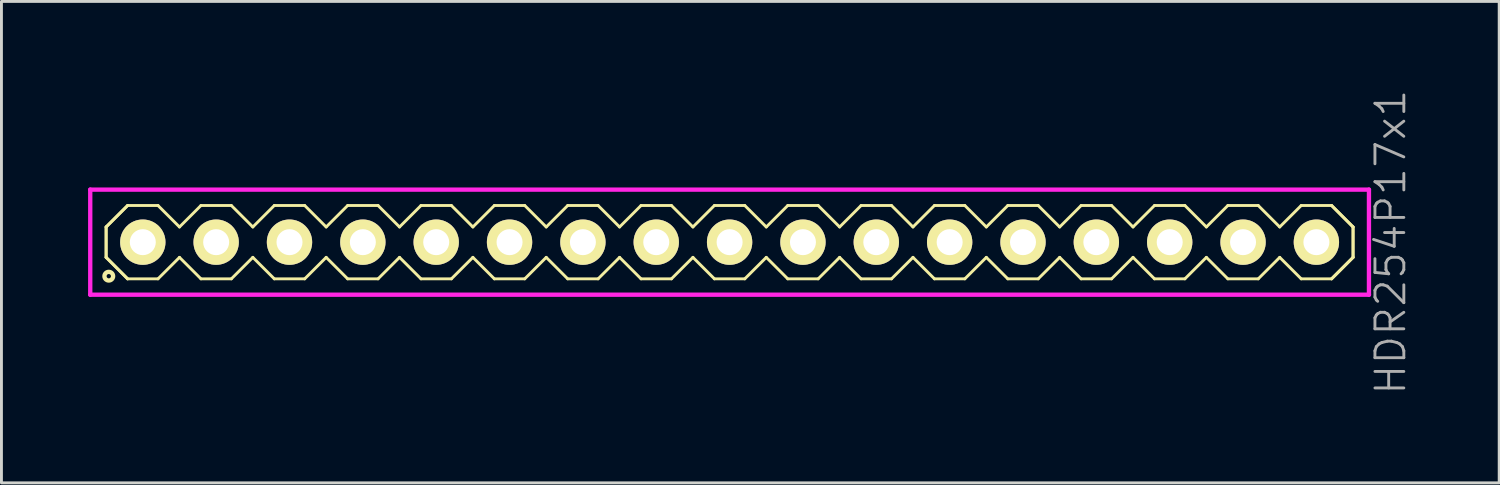
<source format=kicad_pcb>
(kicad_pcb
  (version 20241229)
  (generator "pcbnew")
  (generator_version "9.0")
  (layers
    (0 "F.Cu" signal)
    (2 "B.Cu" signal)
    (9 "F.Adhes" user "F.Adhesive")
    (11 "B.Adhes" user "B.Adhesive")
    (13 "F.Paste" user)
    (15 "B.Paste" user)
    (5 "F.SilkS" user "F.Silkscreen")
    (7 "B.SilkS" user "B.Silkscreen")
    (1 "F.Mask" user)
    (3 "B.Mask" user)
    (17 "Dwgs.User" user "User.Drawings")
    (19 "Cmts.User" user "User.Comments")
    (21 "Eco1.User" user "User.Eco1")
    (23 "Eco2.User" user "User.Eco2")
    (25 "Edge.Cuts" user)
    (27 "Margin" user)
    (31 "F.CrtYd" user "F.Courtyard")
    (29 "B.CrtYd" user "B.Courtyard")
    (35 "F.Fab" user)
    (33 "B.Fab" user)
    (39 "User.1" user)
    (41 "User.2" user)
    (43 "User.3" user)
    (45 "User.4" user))
  (footprint "HDR254P17x1"
    (layer "F.Cu")
    (at 22.215 5.336)
    (property "Reference" "HDR254P17x1" (at 22.89 0 90) (layer "F.Fab") (effects (font (size 1 1) (thickness 0.1))))
    (attr through_hole)
    (fp_line (start -21.59 -0.526) (end -20.846 -1.27) (stroke (width 0.1) (type solid)) (layer "F.SilkS"))
    (fp_line (start -21.59 -0.526) (end -20.846 -1.27) (stroke (width 0.1) (type solid)) (layer "F.SilkS"))
    (fp_line (start -21.59 0.526) (end -21.59 -0.526) (stroke (width 0.1) (type solid)) (layer "F.SilkS"))
    (fp_line (start -21.59 0.526) (end -21.59 -0.526) (stroke (width 0.1) (type solid)) (layer "F.SilkS"))
    (fp_line (start -20.846 -1.27) (end -19.794 -1.27) (stroke (width 0.1) (type solid)) (layer "F.SilkS"))
    (fp_line (start -20.846 1.27) (end -21.59 0.526) (stroke (width 0.1) (type solid)) (layer "F.SilkS"))
    (fp_line (start -20.846 1.27) (end -21.59 0.526) (stroke (width 0.1) (type solid)) (layer "F.SilkS"))
    (fp_line (start -19.794 -1.27) (end -19.05 -0.526) (stroke (width 0.1) (type solid)) (layer "F.SilkS"))
    (fp_line (start -19.794 1.27) (end -20.846 1.27) (stroke (width 0.1) (type solid)) (layer "F.SilkS"))
    (fp_line (start -19.05 -0.526) (end -18.306 -1.27) (stroke (width 0.1) (type solid)) (layer "F.SilkS"))
    (fp_line (start -19.05 0.526) (end -19.794 1.27) (stroke (width 0.1) (type solid)) (layer "F.SilkS"))
    (fp_line (start -18.306 -1.27) (end -17.254 -1.27) (stroke (width 0.1) (type solid)) (layer "F.SilkS"))
    (fp_line (start -18.306 1.27) (end -19.05 0.526) (stroke (width 0.1) (type solid)) (layer "F.SilkS"))
    (fp_line (start -17.254 -1.27) (end -16.51 -0.526) (stroke (width 0.1) (type solid)) (layer "F.SilkS"))
    (fp_line (start -17.254 1.27) (end -18.306 1.27) (stroke (width 0.1) (type solid)) (layer "F.SilkS"))
    (fp_line (start -16.51 -0.526) (end -15.766 -1.27) (stroke (width 0.1) (type solid)) (layer "F.SilkS"))
    (fp_line (start -16.51 0.526) (end -17.254 1.27) (stroke (width 0.1) (type solid)) (layer "F.SilkS"))
    (fp_line (start -15.766 -1.27) (end -14.714 -1.27) (stroke (width 0.1) (type solid)) (layer "F.SilkS"))
    (fp_line (start -15.766 1.27) (end -16.51 0.526) (stroke (width 0.1) (type solid)) (layer "F.SilkS"))
    (fp_line (start -14.714 -1.27) (end -13.97 -0.526) (stroke (width 0.1) (type solid)) (layer "F.SilkS"))
    (fp_line (start -14.714 1.27) (end -15.766 1.27) (stroke (width 0.1) (type solid)) (layer "F.SilkS"))
    (fp_line (start -13.97 -0.526) (end -13.226 -1.27) (stroke (width 0.1) (type solid)) (layer "F.SilkS"))
    (fp_line (start -13.97 0.526) (end -14.714 1.27) (stroke (width 0.1) (type solid)) (layer "F.SilkS"))
    (fp_line (start -13.226 -1.27) (end -12.174 -1.27) (stroke (width 0.1) (type solid)) (layer "F.SilkS"))
    (fp_line (start -13.226 1.27) (end -13.97 0.526) (stroke (width 0.1) (type solid)) (layer "F.SilkS"))
    (fp_line (start -12.174 -1.27) (end -11.43 -0.526) (stroke (width 0.1) (type solid)) (layer "F.SilkS"))
    (fp_line (start -12.174 1.27) (end -13.226 1.27) (stroke (width 0.1) (type solid)) (layer "F.SilkS"))
    (fp_line (start -11.43 -0.526) (end -10.686 -1.27) (stroke (width 0.1) (type solid)) (layer "F.SilkS"))
    (fp_line (start -11.43 0.526) (end -12.174 1.27) (stroke (width 0.1) (type solid)) (layer "F.SilkS"))
    (fp_line (start -10.686 -1.27) (end -9.634 -1.27) (stroke (width 0.1) (type solid)) (layer "F.SilkS"))
    (fp_line (start -10.686 1.27) (end -11.43 0.526) (stroke (width 0.1) (type solid)) (layer "F.SilkS"))
    (fp_line (start -9.634 -1.27) (end -8.89 -0.526) (stroke (width 0.1) (type solid)) (layer "F.SilkS"))
    (fp_line (start -9.634 1.27) (end -10.686 1.27) (stroke (width 0.1) (type solid)) (layer "F.SilkS"))
    (fp_line (start -8.89 -0.526) (end -8.146 -1.27) (stroke (width 0.1) (type solid)) (layer "F.SilkS"))
    (fp_line (start -8.89 0.526) (end -9.634 1.27) (stroke (width 0.1) (type solid)) (layer "F.SilkS"))
    (fp_line (start -8.146 -1.27) (end -7.094 -1.27) (stroke (width 0.1) (type solid)) (layer "F.SilkS"))
    (fp_line (start -8.146 1.27) (end -8.89 0.526) (stroke (width 0.1) (type solid)) (layer "F.SilkS"))
    (fp_line (start -7.094 -1.27) (end -6.35 -0.526) (stroke (width 0.1) (type solid)) (layer "F.SilkS"))
    (fp_line (start -7.094 1.27) (end -8.146 1.27) (stroke (width 0.1) (type solid)) (layer "F.SilkS"))
    (fp_line (start -6.35 -0.526) (end -5.606 -1.27) (stroke (width 0.1) (type solid)) (layer "F.SilkS"))
    (fp_line (start -6.35 0.526) (end -7.094 1.27) (stroke (width 0.1) (type solid)) (layer "F.SilkS"))
    (fp_line (start -5.606 -1.27) (end -4.554 -1.27) (stroke (width 0.1) (type solid)) (layer "F.SilkS"))
    (fp_line (start -5.606 1.27) (end -6.35 0.526) (stroke (width 0.1) (type solid)) (layer "F.SilkS"))
    (fp_line (start -4.554 -1.27) (end -3.81 -0.526) (stroke (width 0.1) (type solid)) (layer "F.SilkS"))
    (fp_line (start -4.554 1.27) (end -5.606 1.27) (stroke (width 0.1) (type solid)) (layer "F.SilkS"))
    (fp_line (start -3.81 -0.526) (end -3.066 -1.27) (stroke (width 0.1) (type solid)) (layer "F.SilkS"))
    (fp_line (start -3.81 0.526) (end -4.554 1.27) (stroke (width 0.1) (type solid)) (layer "F.SilkS"))
    (fp_line (start -3.066 -1.27) (end -2.014 -1.27) (stroke (width 0.1) (type solid)) (layer "F.SilkS"))
    (fp_line (start -3.066 1.27) (end -3.81 0.526) (stroke (width 0.1) (type solid)) (layer "F.SilkS"))
    (fp_line (start -2.014 -1.27) (end -1.27 -0.526) (stroke (width 0.1) (type solid)) (layer "F.SilkS"))
    (fp_line (start -2.014 1.27) (end -3.066 1.27) (stroke (width 0.1) (type solid)) (layer "F.SilkS"))
    (fp_line (start -1.27 -0.526) (end -0.526 -1.27) (stroke (width 0.1) (type solid)) (layer "F.SilkS"))
    (fp_line (start -1.27 0.526) (end -2.014 1.27) (stroke (width 0.1) (type solid)) (layer "F.SilkS"))
    (fp_line (start -0.526 -1.27) (end 0.526 -1.27) (stroke (width 0.1) (type solid)) (layer "F.SilkS"))
    (fp_line (start -0.526 1.27) (end -1.27 0.526) (stroke (width 0.1) (type solid)) (layer "F.SilkS"))
    (fp_line (start 0.526 -1.27) (end 1.27 -0.526) (stroke (width 0.1) (type solid)) (layer "F.SilkS"))
    (fp_line (start 0.526 1.27) (end -0.526 1.27) (stroke (width 0.1) (type solid)) (layer "F.SilkS"))
    (fp_line (start 1.27 -0.526) (end 2.014 -1.27) (stroke (width 0.1) (type solid)) (layer "F.SilkS"))
    (fp_line (start 1.27 0.526) (end 0.526 1.27) (stroke (width 0.1) (type solid)) (layer "F.SilkS"))
    (fp_line (start 2.014 -1.27) (end 3.066 -1.27) (stroke (width 0.1) (type solid)) (layer "F.SilkS"))
    (fp_line (start 2.014 1.27) (end 1.27 0.526) (stroke (width 0.1) (type solid)) (layer "F.SilkS"))
    (fp_line (start 3.066 -1.27) (end 3.81 -0.526) (stroke (width 0.1) (type solid)) (layer "F.SilkS"))
    (fp_line (start 3.066 1.27) (end 2.014 1.27) (stroke (width 0.1) (type solid)) (layer "F.SilkS"))
    (fp_line (start 3.81 -0.526) (end 4.554 -1.27) (stroke (width 0.1) (type solid)) (layer "F.SilkS"))
    (fp_line (start 3.81 0.526) (end 3.066 1.27) (stroke (width 0.1) (type solid)) (layer "F.SilkS"))
    (fp_line (start 4.554 -1.27) (end 5.606 -1.27) (stroke (width 0.1) (type solid)) (layer "F.SilkS"))
    (fp_line (start 4.554 1.27) (end 3.81 0.526) (stroke (width 0.1) (type solid)) (layer "F.SilkS"))
    (fp_line (start 5.606 -1.27) (end 6.35 -0.526) (stroke (width 0.1) (type solid)) (layer "F.SilkS"))
    (fp_line (start 5.606 1.27) (end 4.554 1.27) (stroke (width 0.1) (type solid)) (layer "F.SilkS"))
    (fp_line (start 6.35 -0.526) (end 7.094 -1.27) (stroke (width 0.1) (type solid)) (layer "F.SilkS"))
    (fp_line (start 6.35 0.526) (end 5.606 1.27) (stroke (width 0.1) (type solid)) (layer "F.SilkS"))
    (fp_line (start 7.094 -1.27) (end 8.146 -1.27) (stroke (width 0.1) (type solid)) (layer "F.SilkS"))
    (fp_line (start 7.094 1.27) (end 6.35 0.526) (stroke (width 0.1) (type solid)) (layer "F.SilkS"))
    (fp_line (start 8.146 -1.27) (end 8.89 -0.526) (stroke (width 0.1) (type solid)) (layer "F.SilkS"))
    (fp_line (start 8.146 1.27) (end 7.094 1.27) (stroke (width 0.1) (type solid)) (layer "F.SilkS"))
    (fp_line (start 8.89 -0.526) (end 9.634 -1.27) (stroke (width 0.1) (type solid)) (layer "F.SilkS"))
    (fp_line (start 8.89 0.526) (end 8.146 1.27) (stroke (width 0.1) (type solid)) (layer "F.SilkS"))
    (fp_line (start 9.634 -1.27) (end 10.686 -1.27) (stroke (width 0.1) (type solid)) (layer "F.SilkS"))
    (fp_line (start 9.634 1.27) (end 8.89 0.526) (stroke (width 0.1) (type solid)) (layer "F.SilkS"))
    (fp_line (start 10.686 -1.27) (end 11.43 -0.526) (stroke (width 0.1) (type solid)) (layer "F.SilkS"))
    (fp_line (start 10.686 1.27) (end 9.634 1.27) (stroke (width 0.1) (type solid)) (layer "F.SilkS"))
    (fp_line (start 11.43 -0.526) (end 12.174 -1.27) (stroke (width 0.1) (type solid)) (layer "F.SilkS"))
    (fp_line (start 11.43 0.526) (end 10.686 1.27) (stroke (width 0.1) (type solid)) (layer "F.SilkS"))
    (fp_line (start 12.174 -1.27) (end 13.226 -1.27) (stroke (width 0.1) (type solid)) (layer "F.SilkS"))
    (fp_line (start 12.174 1.27) (end 11.43 0.526) (stroke (width 0.1) (type solid)) (layer "F.SilkS"))
    (fp_line (start 13.226 -1.27) (end 13.97 -0.526) (stroke (width 0.1) (type solid)) (layer "F.SilkS"))
    (fp_line (start 13.226 1.27) (end 12.174 1.27) (stroke (width 0.1) (type solid)) (layer "F.SilkS"))
    (fp_line (start 13.97 -0.526) (end 14.714 -1.27) (stroke (width 0.1) (type solid)) (layer "F.SilkS"))
    (fp_line (start 13.97 0.526) (end 13.226 1.27) (stroke (width 0.1) (type solid)) (layer "F.SilkS"))
    (fp_line (start 14.714 -1.27) (end 15.766 -1.27) (stroke (width 0.1) (type solid)) (layer "F.SilkS"))
    (fp_line (start 14.714 1.27) (end 13.97 0.526) (stroke (width 0.1) (type solid)) (layer "F.SilkS"))
    (fp_line (start 15.766 -1.27) (end 16.51 -0.526) (stroke (width 0.1) (type solid)) (layer "F.SilkS"))
    (fp_line (start 15.766 1.27) (end 14.714 1.27) (stroke (width 0.1) (type solid)) (layer "F.SilkS"))
    (fp_line (start 16.51 -0.526) (end 17.254 -1.27) (stroke (width 0.1) (type solid)) (layer "F.SilkS"))
    (fp_line (start 16.51 0.526) (end 15.766 1.27) (stroke (width 0.1) (type solid)) (layer "F.SilkS"))
    (fp_line (start 17.254 -1.27) (end 18.306 -1.27) (stroke (width 0.1) (type solid)) (layer "F.SilkS"))
    (fp_line (start 17.254 1.27) (end 16.51 0.526) (stroke (width 0.1) (type solid)) (layer "F.SilkS"))
    (fp_line (start 18.306 -1.27) (end 19.05 -0.526) (stroke (width 0.1) (type solid)) (layer "F.SilkS"))
    (fp_line (start 18.306 1.27) (end 17.254 1.27) (stroke (width 0.1) (type solid)) (layer "F.SilkS"))
    (fp_line (start 19.05 -0.526) (end 19.794 -1.27) (stroke (width 0.1) (type solid)) (layer "F.SilkS"))
    (fp_line (start 19.05 0.526) (end 18.306 1.27) (stroke (width 0.1) (type solid)) (layer "F.SilkS"))
    (fp_line (start 19.794 -1.27) (end 20.846 -1.27) (stroke (width 0.1) (type solid)) (layer "F.SilkS"))
    (fp_line (start 19.794 1.27) (end 19.05 0.526) (stroke (width 0.1) (type solid)) (layer "F.SilkS"))
    (fp_line (start 20.846 -1.27) (end 21.59 -0.526) (stroke (width 0.1) (type solid)) (layer "F.SilkS"))
    (fp_line (start 20.846 -1.27) (end 21.59 -0.526) (stroke (width 0.1) (type solid)) (layer "F.SilkS"))
    (fp_line (start 20.846 1.27) (end 19.794 1.27) (stroke (width 0.1) (type solid)) (layer "F.SilkS"))
    (fp_line (start 21.59 -0.526) (end 21.59 0.526) (stroke (width 0.1) (type solid)) (layer "F.SilkS"))
    (fp_line (start 21.59 -0.526) (end 21.59 0.526) (stroke (width 0.1) (type solid)) (layer "F.SilkS"))
    (fp_line (start 21.59 0.526) (end 20.846 1.27) (stroke (width 0.1) (type solid)) (layer "F.SilkS"))
    (fp_line (start 21.59 0.526) (end 20.846 1.27) (stroke (width 0.1) (type solid)) (layer "F.SilkS"))
    (fp_circle (center -21.498 1.178) (end -21.348 1.178) (stroke (width 0.15) (type solid)) (fill no) (layer "F.SilkS"))
    (fp_line (start -22.14 -1.82) (end -22.14 1.82) (stroke (width 0.15) (type solid)) (layer "F.CrtYd"))
    (fp_line (start -22.14 1.82) (end 22.14 1.82) (stroke (width 0.15) (type solid)) (layer "F.CrtYd"))
    (fp_line (start 22.14 -1.82) (end -22.14 -1.82) (stroke (width 0.15) (type solid)) (layer "F.CrtYd"))
    (fp_line (start 22.14 1.82) (end 22.14 -1.82) (stroke (width 0.15) (type solid)) (layer "F.CrtYd"))
    (pad "1" thru_hole oval (at -20.32 0) (size 1.57 1.57) (drill 0.9) (layers "*.Cu" "*.Mask" "F.SilkS"))
    (pad "2" thru_hole oval (at -17.78 0) (size 1.57 1.57) (drill 0.9) (layers "*.Cu" "*.Mask" "F.SilkS"))
    (pad "3" thru_hole oval (at -15.24 0) (size 1.57 1.57) (drill 0.9) (layers "*.Cu" "*.Mask" "F.SilkS"))
    (pad "4" thru_hole oval (at -12.7 0) (size 1.57 1.57) (drill 0.9) (layers "*.Cu" "*.Mask" "F.SilkS"))
    (pad "5" thru_hole oval (at -10.16 0) (size 1.57 1.57) (drill 0.9) (layers "*.Cu" "*.Mask" "F.SilkS"))
    (pad "6" thru_hole oval (at -7.62 0) (size 1.57 1.57) (drill 0.9) (layers "*.Cu" "*.Mask" "F.SilkS"))
    (pad "7" thru_hole oval (at -5.08 0) (size 1.57 1.57) (drill 0.9) (layers "*.Cu" "*.Mask" "F.SilkS"))
    (pad "8" thru_hole oval (at -2.54 0) (size 1.57 1.57) (drill 0.9) (layers "*.Cu" "*.Mask" "F.SilkS"))
    (pad "9" thru_hole oval (at 0 0) (size 1.57 1.57) (drill 0.9) (layers "*.Cu" "*.Mask" "F.SilkS"))
    (pad "10" thru_hole oval (at 2.54 0) (size 1.57 1.57) (drill 0.9) (layers "*.Cu" "*.Mask" "F.SilkS"))
    (pad "11" thru_hole oval (at 5.08 0) (size 1.57 1.57) (drill 0.9) (layers "*.Cu" "*.Mask" "F.SilkS"))
    (pad "12" thru_hole oval (at 7.62 0) (size 1.57 1.57) (drill 0.9) (layers "*.Cu" "*.Mask" "F.SilkS"))
    (pad "13" thru_hole oval (at 10.16 0) (size 1.57 1.57) (drill 0.9) (layers "*.Cu" "*.Mask" "F.SilkS"))
    (pad "14" thru_hole oval (at 12.7 0) (size 1.57 1.57) (drill 0.9) (layers "*.Cu" "*.Mask" "F.SilkS"))
    (pad "15" thru_hole oval (at 15.24 0) (size 1.57 1.57) (drill 0.9) (layers "*.Cu" "*.Mask" "F.SilkS"))
    (pad "16" thru_hole oval (at 17.78 0) (size 1.57 1.57) (drill 0.9) (layers "*.Cu" "*.Mask" "F.SilkS"))
    (pad "17" thru_hole oval (at 20.32 0) (size 1.57 1.57) (drill 0.9) (layers "*.Cu" "*.Mask" "F.SilkS")))
  (gr_rect
    (start -3 -3)
    (end 48.865 13.671)
    (stroke (width 0.1) (type default))
    (fill no)
    (layer "Edge.Cuts")))
</source>
